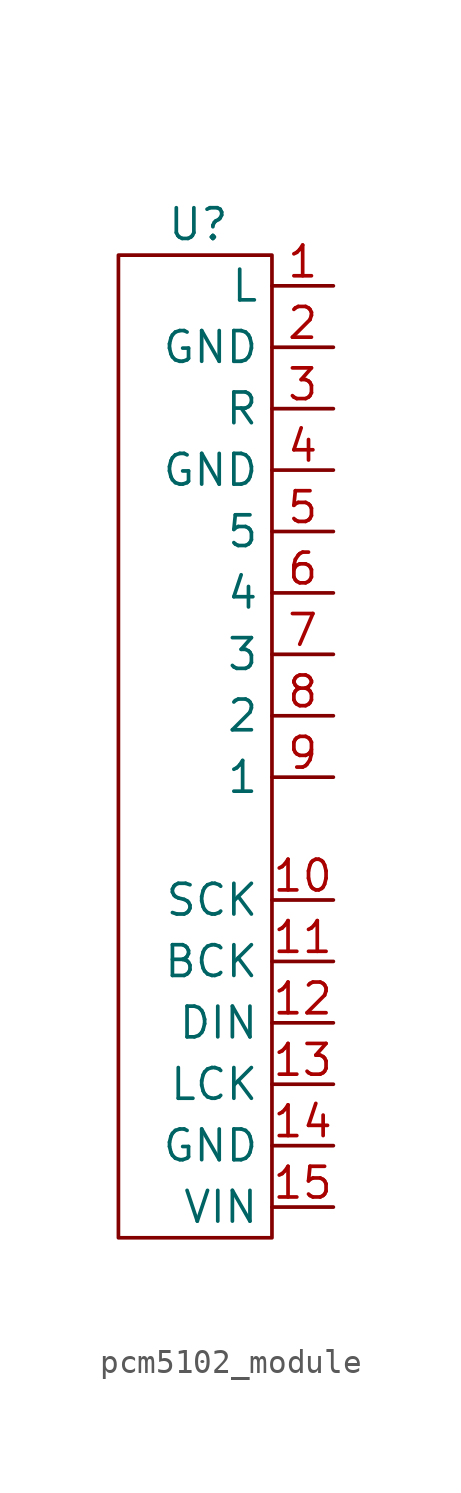
<source format=kicad_sym>
(kicad_symbol_lib
  (version 20241209)
  (generator "kicad_symbol_editor")
  (generator_version "9.0")
  (symbol "pcm5102_module"
    (property "Reference" "U"
      (at -0.508 20.32 0)
      (effects (font (size 1.27 1.27))))
    (property "Value" ""
      (at 0 0 0)
      (effects (font (size 1.27 1.27))))
    (symbol "pcm5102_module_0_1"
      (rectangle (start -3.81 19.05) (end 2.54 -21.59) (stroke (width 0) (type default)) (fill (type none))))
    (symbol "pcm5102_module_1_1"
      (pin bidirectional line (at 5.08 17.78 180) (length 2.54) (name "L" (effects (font (size 1.27 1.27)))) (number "1" (effects (font (size 1.27 1.27)))))
      (pin power_in line (at 5.08 15.24 180) (length 2.54) (name "GND" (effects (font (size 1.27 1.27)))) (number "2" (effects (font (size 1.27 1.27)))))
      (pin bidirectional line (at 5.08 12.7 180) (length 2.54) (name "R" (effects (font (size 1.27 1.27)))) (number "3" (effects (font (size 1.27 1.27)))))
      (pin power_in line (at 5.08 10.16 180) (length 2.54) (name "GND" (effects (font (size 1.27 1.27)))) (number "4" (effects (font (size 1.27 1.27)))))
      (pin bidirectional line (at 5.08 7.62 180) (length 2.54) (name "5" (effects (font (size 1.27 1.27)))) (number "5" (effects (font (size 1.27 1.27)))))
      (pin bidirectional line (at 5.08 5.08 180) (length 2.54) (name "4" (effects (font (size 1.27 1.27)))) (number "6" (effects (font (size 1.27 1.27)))))
      (pin bidirectional line (at 5.08 2.54 180) (length 2.54) (name "3" (effects (font (size 1.27 1.27)))) (number "7" (effects (font (size 1.27 1.27)))))
      (pin bidirectional line (at 5.08 0 180) (length 2.54) (name "2" (effects (font (size 1.27 1.27)))) (number "8" (effects (font (size 1.27 1.27)))))
      (pin bidirectional line (at 5.08 -2.54 180) (length 2.54) (name "1" (effects (font (size 1.27 1.27)))) (number "9" (effects (font (size 1.27 1.27)))))
      (pin bidirectional line (at 5.08 -7.62 180) (length 2.54) (name "SCK" (effects (font (size 1.27 1.27)))) (number "10" (effects (font (size 1.27 1.27)))))
      (pin bidirectional line (at 5.08 -10.16 180) (length 2.54) (name "BCK" (effects (font (size 1.27 1.27)))) (number "11" (effects (font (size 1.27 1.27)))))
      (pin bidirectional line (at 5.08 -12.7 180) (length 2.54) (name "DIN" (effects (font (size 1.27 1.27)))) (number "12" (effects (font (size 1.27 1.27)))))
      (pin bidirectional line (at 5.08 -15.24 180) (length 2.54) (name "LCK" (effects (font (size 1.27 1.27)))) (number "13" (effects (font (size 1.27 1.27)))))
      (pin power_in line (at 5.08 -17.78 180) (length 2.54) (name "GND" (effects (font (size 1.27 1.27)))) (number "14" (effects (font (size 1.27 1.27)))))
      (pin power_in line (at 5.08 -20.32 180) (length 2.54) (name "VIN" (effects (font (size 1.27 1.27)))) (number "15" (effects (font (size 1.27 1.27))))))))
</source>
